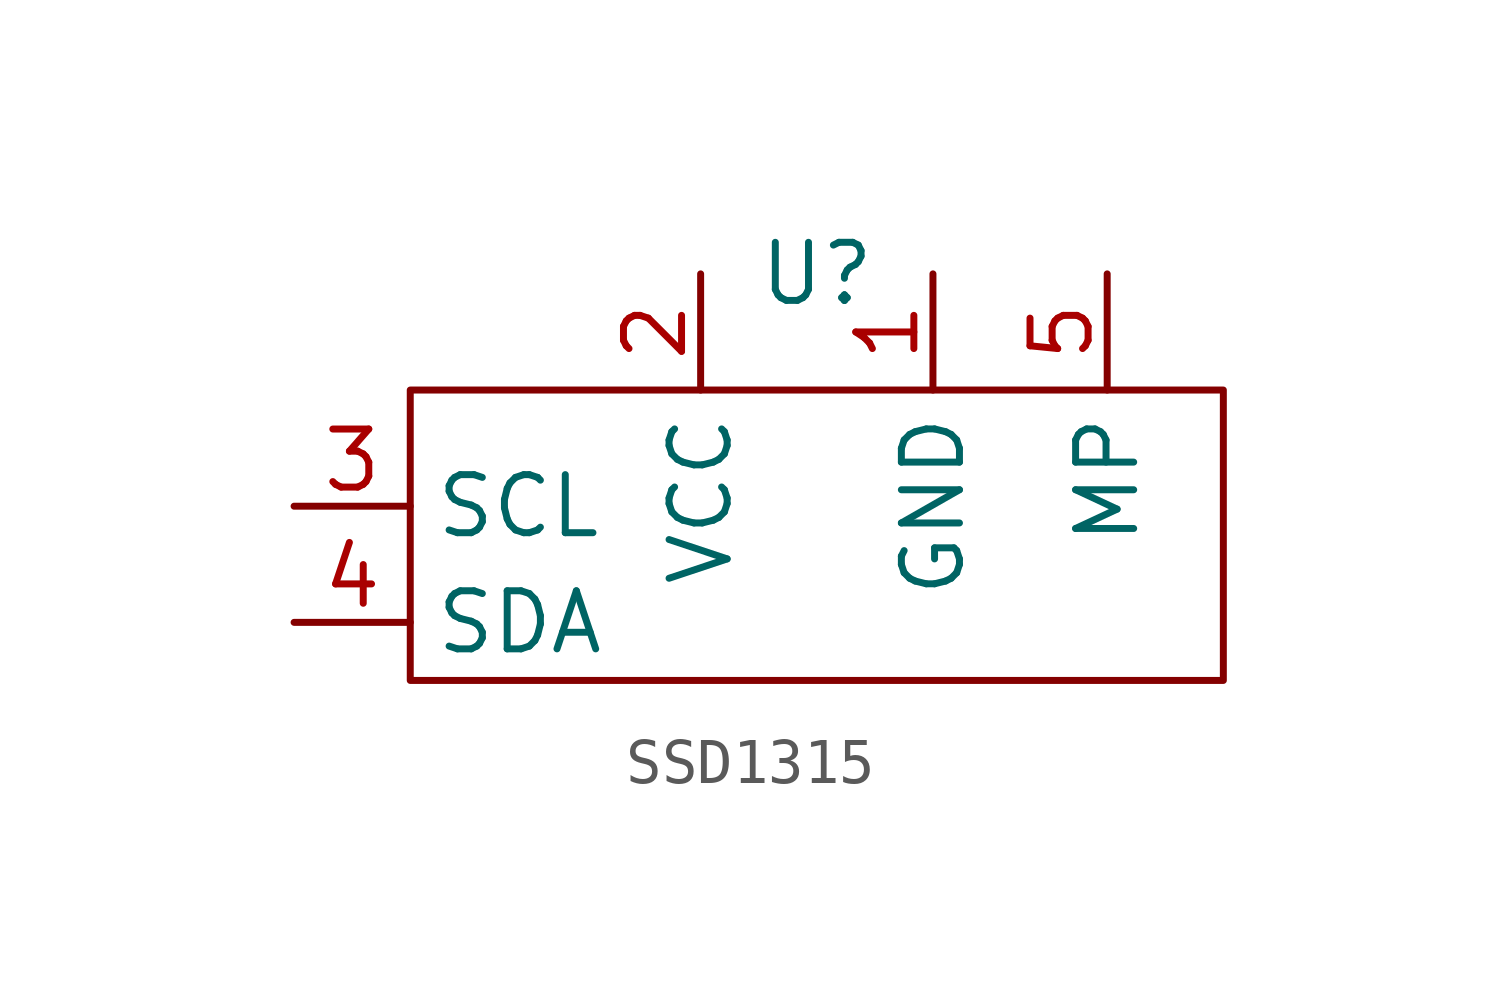
<source format=kicad_sym>
(kicad_symbol_lib
  (version 20231120)
  (generator "kicad_symbol_editor")
  (generator_version "8.0")
  (symbol "SSD1315"
    (property "Reference" "U"
      (at 0 0 0)
      (effects (font (size 1.27 1.27))))
    (property "Value" ""
      (at 0 0 0)
      (effects (font (size 1.27 1.27))))
    (symbol "SSD1315_0_1"
      (rectangle (start -8.89 -2.54) (end 8.89 -8.89) (stroke (width 0) (type default)) (fill (type none))))
    (symbol "SSD1315_1_1"
      (pin input line (at 2.54 0 270) (length 2.54) (name "GND" (effects (font (size 1.27 1.27)))) (number "1" (effects (font (size 1.27 1.27)))))
      (pin input line (at -2.54 0 270) (length 2.54) (name "VCC" (effects (font (size 1.27 1.27)))) (number "2" (effects (font (size 1.27 1.27)))))
      (pin input line (at -11.43 -5.08 0) (length 2.54) (name "SCL" (effects (font (size 1.27 1.27)))) (number "3" (effects (font (size 1.27 1.27)))))
      (pin input line (at -11.43 -7.62 0) (length 2.54) (name "SDA" (effects (font (size 1.27 1.27)))) (number "4" (effects (font (size 1.27 1.27)))))
      (pin input line (at 6.35 0 270) (length 2.54) (name "MP" (effects (font (size 1.27 1.27)))) (number "5" (effects (font (size 1.27 1.27))))))))
</source>
